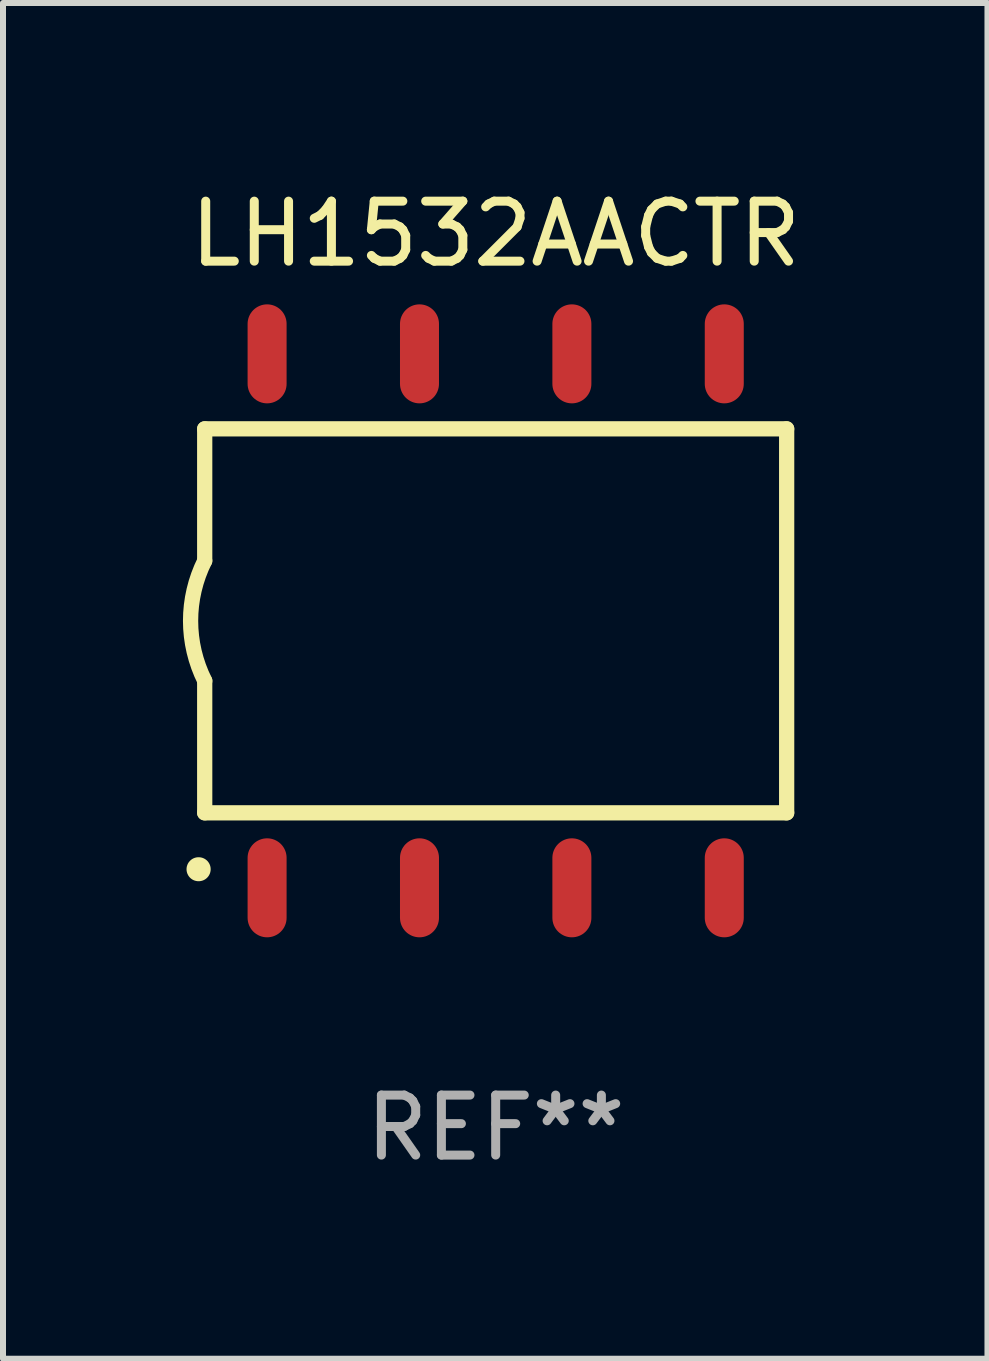
<source format=kicad_pcb>
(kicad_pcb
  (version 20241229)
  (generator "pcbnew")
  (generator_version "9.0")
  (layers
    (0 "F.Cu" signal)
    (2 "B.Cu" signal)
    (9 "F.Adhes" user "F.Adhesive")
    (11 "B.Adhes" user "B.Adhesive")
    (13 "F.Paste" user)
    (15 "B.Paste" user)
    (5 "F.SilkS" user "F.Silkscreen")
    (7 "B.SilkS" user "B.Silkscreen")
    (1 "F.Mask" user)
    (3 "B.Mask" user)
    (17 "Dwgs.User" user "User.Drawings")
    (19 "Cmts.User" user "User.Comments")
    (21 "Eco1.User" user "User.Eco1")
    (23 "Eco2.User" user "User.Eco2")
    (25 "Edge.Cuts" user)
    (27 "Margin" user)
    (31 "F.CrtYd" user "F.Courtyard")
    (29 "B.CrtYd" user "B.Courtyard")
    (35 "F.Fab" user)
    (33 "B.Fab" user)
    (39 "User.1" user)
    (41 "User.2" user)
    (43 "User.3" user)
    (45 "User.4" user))
  (footprint "LH1532AACTR"
    (layer "F.Cu")
    (at 5.212 7.298)
    (property "Reference" "LH1532AACTR" (at 0 -6.45 0) (layer "F.SilkS") (effects (font (size 1 1) (thickness 0.15))))
    (attr through_hole)
    (fp_line (start -4.85 -3.2) (end -4.85 -1) (stroke (width 0.254) (type solid)) (layer "F.SilkS"))
    (fp_line (start -4.85 -3.2) (end 4.85 -3.2) (stroke (width 0.254) (type solid)) (layer "F.SilkS"))
    (fp_line (start -4.85 3.2) (end -4.85 1) (stroke (width 0.254) (type solid)) (layer "F.SilkS"))
    (fp_line (start 4.85 -3.2) (end 4.85 3.2) (stroke (width 0.254) (type solid)) (layer "F.SilkS"))
    (fp_line (start 4.85 3.2) (end -4.85 3.2) (stroke (width 0.254) (type solid)) (layer "F.SilkS"))
    (fp_arc (start -4.95301 4.140208) (mid -4.95174 4.140204) (end -4.95047 4.140208) (stroke (width 0.4) (type solid)) (layer "F.SilkS"))
    (fp_arc (start -4.84887 1.000762) (mid -5.085418 0.000516) (end -4.850013 -1) (stroke (width 0.254001) (type solid)) (layer "F.SilkS"))
    (fp_text user "REF**" (at 0 8.45 0) (layer "F.Fab") (effects (font (size 1 1) (thickness 0.15))))
    (pad "1" smd oval (at -3.81 4.45) (size 0.65 1.65) (layers "F.Cu" "F.Mask" "F.Paste"))
    (pad "2" smd oval (at -1.27 4.45) (size 0.65 1.65) (layers "F.Cu" "F.Mask" "F.Paste"))
    (pad "3" smd oval (at 1.27 4.45) (size 0.65 1.65) (layers "F.Cu" "F.Mask" "F.Paste"))
    (pad "4" smd oval (at 3.81 4.45) (size 0.65 1.65) (layers "F.Cu" "F.Mask" "F.Paste"))
    (pad "5" smd oval (at 3.81 -4.45 180) (size 0.65 1.65) (layers "F.Cu" "F.Mask" "F.Paste"))
    (pad "6" smd oval (at 1.27 -4.45 180) (size 0.65 1.65) (layers "F.Cu" "F.Mask" "F.Paste"))
    (pad "7" smd oval (at -1.27 -4.45 180) (size 0.65 1.65) (layers "F.Cu" "F.Mask" "F.Paste"))
    (pad "8" smd oval (at -3.81 -4.45 180) (size 0.65 1.65) (layers "F.Cu" "F.Mask" "F.Paste")))
  (gr_rect
    (start -3 -3)
    (end 13.409 19.597)
    (stroke (width 0.1) (type default))
    (fill no)
    (layer "Edge.Cuts")))
</source>
